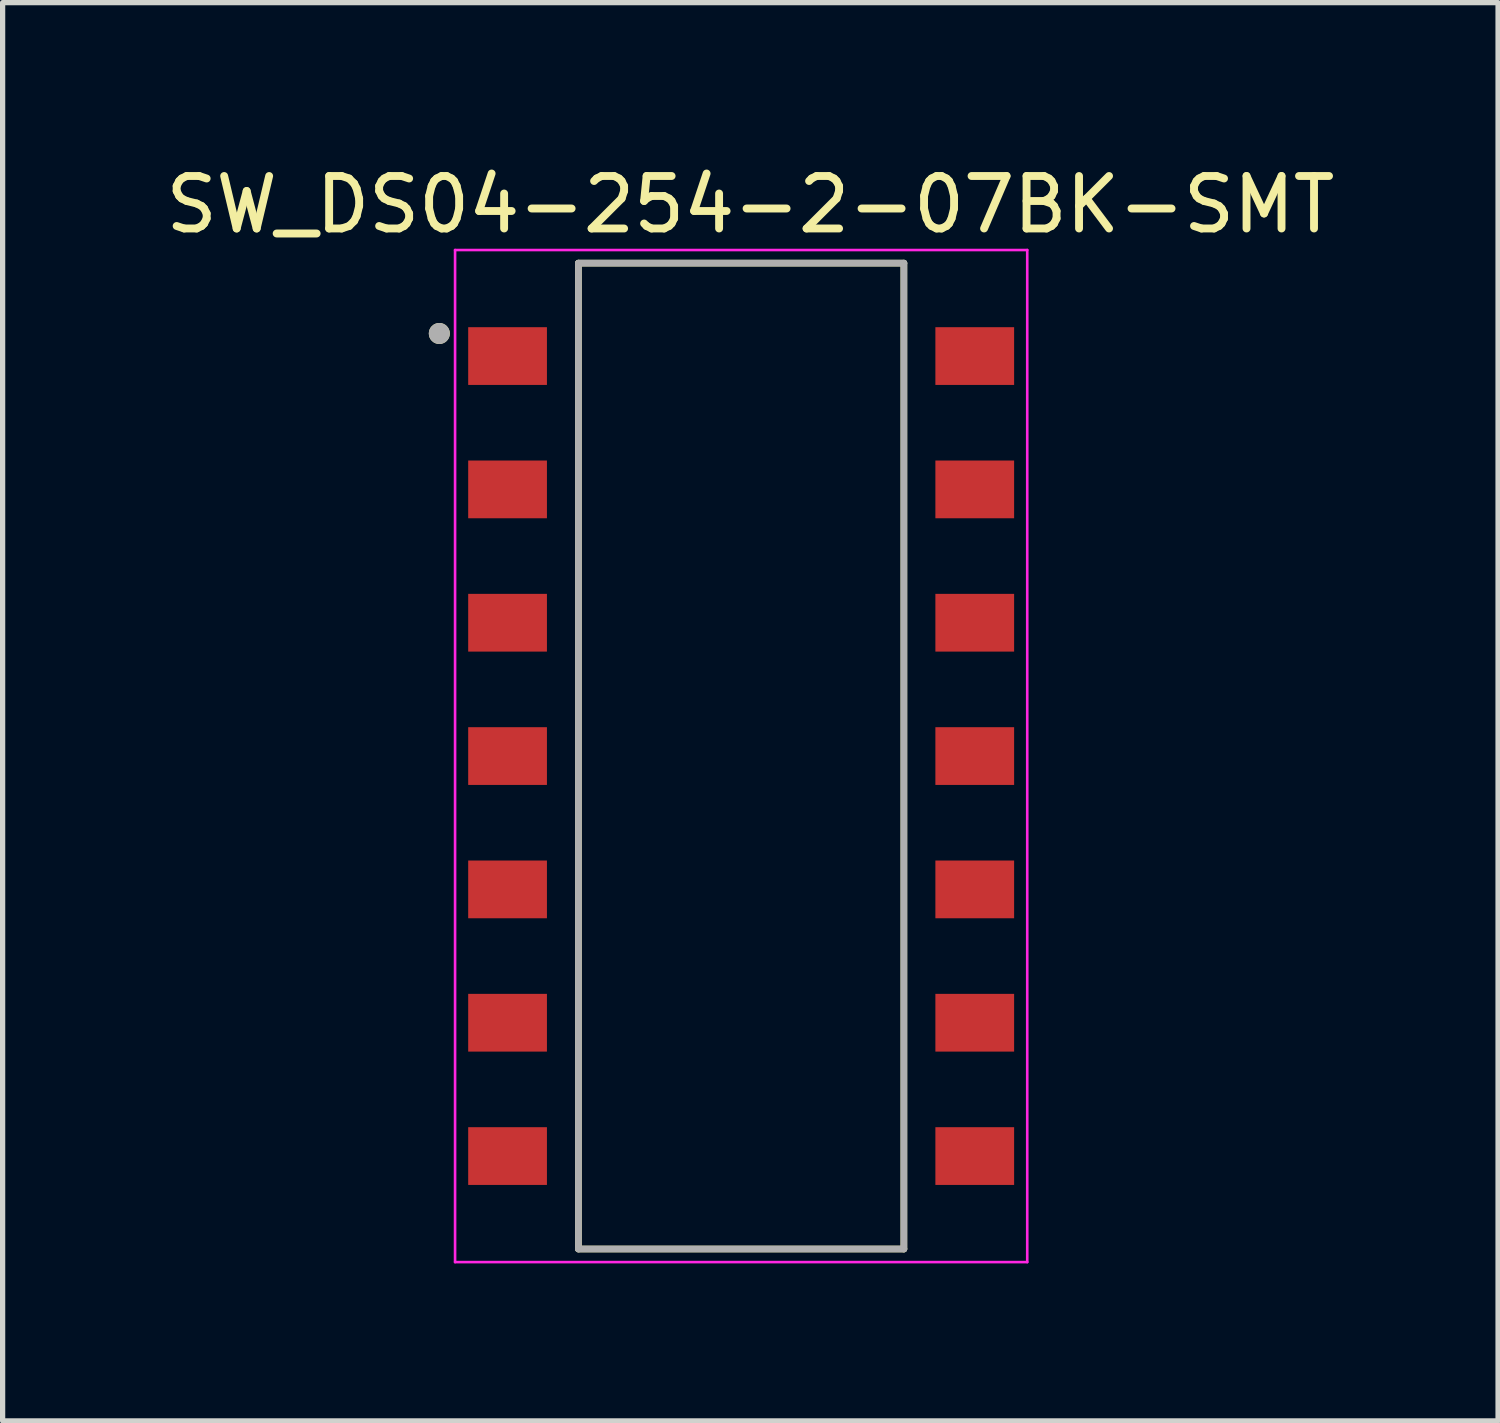
<source format=kicad_pcb>
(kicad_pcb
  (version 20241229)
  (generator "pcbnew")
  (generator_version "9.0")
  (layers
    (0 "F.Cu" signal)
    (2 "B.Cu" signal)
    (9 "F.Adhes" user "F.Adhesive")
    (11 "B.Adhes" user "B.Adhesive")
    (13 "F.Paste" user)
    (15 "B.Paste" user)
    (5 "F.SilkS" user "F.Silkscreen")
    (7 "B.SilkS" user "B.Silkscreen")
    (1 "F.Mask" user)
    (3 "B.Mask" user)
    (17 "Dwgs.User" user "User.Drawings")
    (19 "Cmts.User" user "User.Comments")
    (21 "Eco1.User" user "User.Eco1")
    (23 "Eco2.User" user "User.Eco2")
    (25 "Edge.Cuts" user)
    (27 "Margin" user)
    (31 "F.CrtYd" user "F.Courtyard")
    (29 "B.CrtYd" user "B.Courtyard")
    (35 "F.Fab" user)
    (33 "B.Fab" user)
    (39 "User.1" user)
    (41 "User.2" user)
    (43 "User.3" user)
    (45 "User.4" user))
  (footprint "SW_DS04-254-2-07BK-SMT"
    (layer "F.Cu")
    (at 11.069 11.353)
    (property "Reference" "SW_DS04-254-2-07BK-SMT" (at 0.175 -10.505 0) (layer "F.SilkS") (effects (font (size 1 1) (thickness 0.15))))
    (attr smd)
    (fp_line (start -3.1 -9.39) (end 3.1 -9.39) (stroke (width 0.127) (type solid)) (layer "F.SilkS"))
    (fp_line (start -3.1 9.39) (end -3.1 -9.39) (stroke (width 0.127) (type solid)) (layer "F.SilkS"))
    (fp_line (start 3.1 -9.39) (end 3.1 9.39) (stroke (width 0.127) (type solid)) (layer "F.SilkS"))
    (fp_line (start 3.1 9.39) (end -3.1 9.39) (stroke (width 0.127) (type solid)) (layer "F.SilkS"))
    (fp_circle (center -5.75 -8.05) (end -5.65 -8.05) (stroke (width 0.2) (type solid)) (fill no) (layer "F.SilkS"))
    (fp_line (start -5.45 -9.64) (end -5.45 9.64) (stroke (width 0.05) (type solid)) (layer "F.CrtYd"))
    (fp_line (start -5.45 9.64) (end 5.45 9.64) (stroke (width 0.05) (type solid)) (layer "F.CrtYd"))
    (fp_line (start 5.45 -9.64) (end -5.45 -9.64) (stroke (width 0.05) (type solid)) (layer "F.CrtYd"))
    (fp_line (start 5.45 9.64) (end 5.45 -9.64) (stroke (width 0.05) (type solid)) (layer "F.CrtYd"))
    (fp_line (start -3.1 -9.39) (end 3.1 -9.39) (stroke (width 0.127) (type solid)) (layer "F.Fab"))
    (fp_line (start -3.1 9.39) (end -3.1 -9.39) (stroke (width 0.127) (type solid)) (layer "F.Fab"))
    (fp_line (start 3.1 -9.39) (end 3.1 9.39) (stroke (width 0.127) (type solid)) (layer "F.Fab"))
    (fp_line (start 3.1 9.39) (end -3.1 9.39) (stroke (width 0.127) (type solid)) (layer "F.Fab"))
    (fp_circle (center -5.75 -8.05) (end -5.65 -8.05) (stroke (width 0.2) (type solid)) (fill no) (layer "F.Fab"))
    (pad "1A" smd rect (at -4.45 -7.62) (size 1.5 1.1) (layers "F.Cu" "F.Mask" "F.Paste"))
    (pad "1B" smd rect (at 4.45 -7.62) (size 1.5 1.1) (layers "F.Cu" "F.Mask" "F.Paste"))
    (pad "2A" smd rect (at -4.45 -5.08) (size 1.5 1.1) (layers "F.Cu" "F.Mask" "F.Paste"))
    (pad "2B" smd rect (at 4.45 -5.08) (size 1.5 1.1) (layers "F.Cu" "F.Mask" "F.Paste"))
    (pad "3A" smd rect (at -4.45 -2.54) (size 1.5 1.1) (layers "F.Cu" "F.Mask" "F.Paste"))
    (pad "3B" smd rect (at 4.45 -2.54) (size 1.5 1.1) (layers "F.Cu" "F.Mask" "F.Paste"))
    (pad "4A" smd rect (at -4.45 0) (size 1.5 1.1) (layers "F.Cu" "F.Mask" "F.Paste"))
    (pad "4B" smd rect (at 4.45 0) (size 1.5 1.1) (layers "F.Cu" "F.Mask" "F.Paste"))
    (pad "5A" smd rect (at -4.45 2.54) (size 1.5 1.1) (layers "F.Cu" "F.Mask" "F.Paste"))
    (pad "5B" smd rect (at 4.45 2.54) (size 1.5 1.1) (layers "F.Cu" "F.Mask" "F.Paste"))
    (pad "6A" smd rect (at -4.45 5.08) (size 1.5 1.1) (layers "F.Cu" "F.Mask" "F.Paste"))
    (pad "6B" smd rect (at 4.45 5.08) (size 1.5 1.1) (layers "F.Cu" "F.Mask" "F.Paste"))
    (pad "7A" smd rect (at -4.45 7.62) (size 1.5 1.1) (layers "F.Cu" "F.Mask" "F.Paste"))
    (pad "7B" smd rect (at 4.45 7.62) (size 1.5 1.1) (layers "F.Cu" "F.Mask" "F.Paste")))
  (gr_rect
    (start -3 -3)
    (end 25.488 24.018)
    (stroke (width 0.1) (type default))
    (fill no)
    (layer "Edge.Cuts")))
</source>
